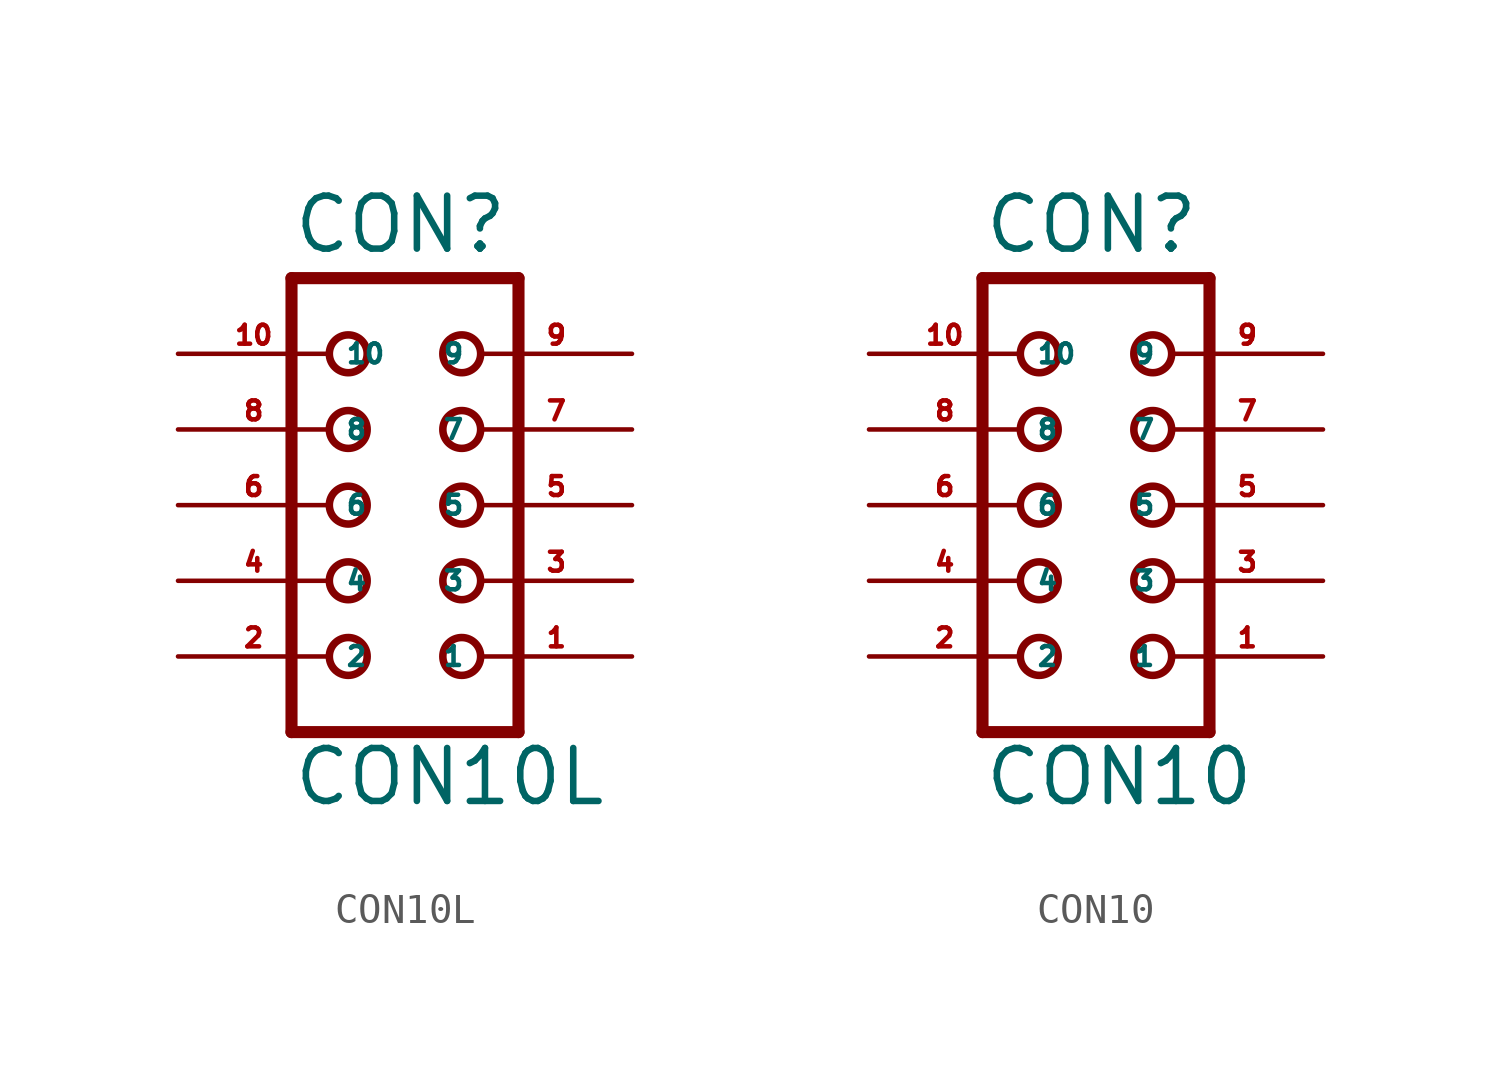
<source format=kicad_sym>
(kicad_symbol_lib
  (version 20220914)
  (generator Eagle2Kicad)
  (symbol "CON10L"
    (property "Reference" "CON"
      (at -3.81 8.382 0)
      (effects (font (size 1.778 1.778) (thickness 0.22)) (justify left bottom)))
    (property "Value" "CON10L"
      (at -3.81 -10.16 0)
      (effects (font (size 1.778 1.778) (thickness 0.22)) (justify left bottom)))
    (polyline
      (pts (xy 3.81 -7.62) (xy -3.81 -7.62))
      (stroke (width 0.406) (type default))
      (fill (type none)))
    (polyline
      (pts (xy -3.81 7.62) (xy -3.81 -7.62))
      (stroke (width 0.406) (type default))
      (fill (type none)))
    (polyline
      (pts (xy -3.81 7.62) (xy 3.81 7.62))
      (stroke (width 0.406) (type default))
      (fill (type none)))
    (polyline
      (pts (xy 3.81 -7.62) (xy 3.81 7.62))
      (stroke (width 0.406) (type default))
      (fill (type none)))
    (circle
      (center 1.905 -5.08)
      (radius 0.635)
      (stroke (width 0.254) (type default))
      (fill (type none)))
    (circle
      (center 1.905 -2.54)
      (radius 0.635)
      (stroke (width 0.254) (type default))
      (fill (type none)))
    (circle
      (center 1.905 0)
      (radius 0.635)
      (stroke (width 0.254) (type default))
      (fill (type none)))
    (circle
      (center 1.905 2.54)
      (radius 0.635)
      (stroke (width 0.254) (type default))
      (fill (type none)))
    (circle
      (center 1.905 5.08)
      (radius 0.635)
      (stroke (width 0.254) (type default))
      (fill (type none)))
    (circle
      (center -1.905 -5.08)
      (radius 0.635)
      (stroke (width 0.254) (type default))
      (fill (type none)))
    (circle
      (center -1.905 -2.54)
      (radius 0.635)
      (stroke (width 0.254) (type default))
      (fill (type none)))
    (circle
      (center -1.905 0)
      (radius 0.635)
      (stroke (width 0.254) (type default))
      (fill (type none)))
    (circle
      (center -1.905 2.54)
      (radius 0.635)
      (stroke (width 0.254) (type default))
      (fill (type none)))
    (circle
      (center -1.905 5.08)
      (radius 0.635)
      (stroke (width 0.254) (type default))
      (fill (type none)))
    (pin passive line
      (at 7.62 -5.08 180)
      (length 5.08)
      (name "1" (effects (font (size 0.635 0.635) (thickness 0.08)) (justify left bottom)))
      (number "1" (effects (font (size 0.635 0.635) (thickness 0.08)) (justify left bottom))))
    (pin passive line
      (at -7.62 -5.08 0)
      (length 5.08)
      (name "2" (effects (font (size 0.635 0.635) (thickness 0.08)) (justify left bottom)))
      (number "2" (effects (font (size 0.635 0.635) (thickness 0.08)) (justify left bottom))))
    (pin passive line
      (at 7.62 -2.54 180)
      (length 5.08)
      (name "3" (effects (font (size 0.635 0.635) (thickness 0.08)) (justify left bottom)))
      (number "3" (effects (font (size 0.635 0.635) (thickness 0.08)) (justify left bottom))))
    (pin passive line
      (at -7.62 -2.54 0)
      (length 5.08)
      (name "4" (effects (font (size 0.635 0.635) (thickness 0.08)) (justify left bottom)))
      (number "4" (effects (font (size 0.635 0.635) (thickness 0.08)) (justify left bottom))))
    (pin passive line
      (at 7.62 0 180)
      (length 5.08)
      (name "5" (effects (font (size 0.635 0.635) (thickness 0.08)) (justify left bottom)))
      (number "5" (effects (font (size 0.635 0.635) (thickness 0.08)) (justify left bottom))))
    (pin passive line
      (at -7.62 0 0)
      (length 5.08)
      (name "6" (effects (font (size 0.635 0.635) (thickness 0.08)) (justify left bottom)))
      (number "6" (effects (font (size 0.635 0.635) (thickness 0.08)) (justify left bottom))))
    (pin passive line
      (at 7.62 2.54 180)
      (length 5.08)
      (name "7" (effects (font (size 0.635 0.635) (thickness 0.08)) (justify left bottom)))
      (number "7" (effects (font (size 0.635 0.635) (thickness 0.08)) (justify left bottom))))
    (pin passive line
      (at -7.62 2.54 0)
      (length 5.08)
      (name "8" (effects (font (size 0.635 0.635) (thickness 0.08)) (justify left bottom)))
      (number "8" (effects (font (size 0.635 0.635) (thickness 0.08)) (justify left bottom))))
    (pin passive line
      (at 7.62 5.08 180)
      (length 5.08)
      (name "9" (effects (font (size 0.635 0.635) (thickness 0.08)) (justify left bottom)))
      (number "9" (effects (font (size 0.635 0.635) (thickness 0.08)) (justify left bottom))))
    (pin passive line
      (at -7.62 5.08 0)
      (length 5.08)
      (name "10" (effects (font (size 0.635 0.635) (thickness 0.08)) (justify left bottom)))
      (number "10" (effects (font (size 0.635 0.635) (thickness 0.08)) (justify left bottom)))))
  (symbol "CON10"
    (property "Reference" "CON"
      (at -3.81 8.382 0)
      (effects (font (size 1.778 1.778) (thickness 0.22)) (justify left bottom)))
    (property "Value" "CON10"
      (at -3.81 -10.16 0)
      (effects (font (size 1.778 1.778) (thickness 0.22)) (justify left bottom)))
    (polyline
      (pts (xy 3.81 -7.62) (xy -3.81 -7.62))
      (stroke (width 0.406) (type default))
      (fill (type none)))
    (polyline
      (pts (xy -3.81 7.62) (xy -3.81 -7.62))
      (stroke (width 0.406) (type default))
      (fill (type none)))
    (polyline
      (pts (xy -3.81 7.62) (xy 3.81 7.62))
      (stroke (width 0.406) (type default))
      (fill (type none)))
    (polyline
      (pts (xy 3.81 -7.62) (xy 3.81 7.62))
      (stroke (width 0.406) (type default))
      (fill (type none)))
    (circle
      (center 1.905 -5.08)
      (radius 0.635)
      (stroke (width 0.254) (type default))
      (fill (type none)))
    (circle
      (center 1.905 -2.54)
      (radius 0.635)
      (stroke (width 0.254) (type default))
      (fill (type none)))
    (circle
      (center 1.905 0)
      (radius 0.635)
      (stroke (width 0.254) (type default))
      (fill (type none)))
    (circle
      (center 1.905 2.54)
      (radius 0.635)
      (stroke (width 0.254) (type default))
      (fill (type none)))
    (circle
      (center 1.905 5.08)
      (radius 0.635)
      (stroke (width 0.254) (type default))
      (fill (type none)))
    (circle
      (center -1.905 -5.08)
      (radius 0.635)
      (stroke (width 0.254) (type default))
      (fill (type none)))
    (circle
      (center -1.905 -2.54)
      (radius 0.635)
      (stroke (width 0.254) (type default))
      (fill (type none)))
    (circle
      (center -1.905 0)
      (radius 0.635)
      (stroke (width 0.254) (type default))
      (fill (type none)))
    (circle
      (center -1.905 2.54)
      (radius 0.635)
      (stroke (width 0.254) (type default))
      (fill (type none)))
    (circle
      (center -1.905 5.08)
      (radius 0.635)
      (stroke (width 0.254) (type default))
      (fill (type none)))
    (pin passive line
      (at 7.62 -5.08 180)
      (length 5.08)
      (name "1" (effects (font (size 0.635 0.635) (thickness 0.08)) (justify left bottom)))
      (number "1" (effects (font (size 0.635 0.635) (thickness 0.08)) (justify left bottom))))
    (pin passive line
      (at -7.62 -5.08 0)
      (length 5.08)
      (name "2" (effects (font (size 0.635 0.635) (thickness 0.08)) (justify left bottom)))
      (number "2" (effects (font (size 0.635 0.635) (thickness 0.08)) (justify left bottom))))
    (pin passive line
      (at 7.62 -2.54 180)
      (length 5.08)
      (name "3" (effects (font (size 0.635 0.635) (thickness 0.08)) (justify left bottom)))
      (number "3" (effects (font (size 0.635 0.635) (thickness 0.08)) (justify left bottom))))
    (pin passive line
      (at -7.62 -2.54 0)
      (length 5.08)
      (name "4" (effects (font (size 0.635 0.635) (thickness 0.08)) (justify left bottom)))
      (number "4" (effects (font (size 0.635 0.635) (thickness 0.08)) (justify left bottom))))
    (pin passive line
      (at 7.62 0 180)
      (length 5.08)
      (name "5" (effects (font (size 0.635 0.635) (thickness 0.08)) (justify left bottom)))
      (number "5" (effects (font (size 0.635 0.635) (thickness 0.08)) (justify left bottom))))
    (pin passive line
      (at -7.62 0 0)
      (length 5.08)
      (name "6" (effects (font (size 0.635 0.635) (thickness 0.08)) (justify left bottom)))
      (number "6" (effects (font (size 0.635 0.635) (thickness 0.08)) (justify left bottom))))
    (pin passive line
      (at 7.62 2.54 180)
      (length 5.08)
      (name "7" (effects (font (size 0.635 0.635) (thickness 0.08)) (justify left bottom)))
      (number "7" (effects (font (size 0.635 0.635) (thickness 0.08)) (justify left bottom))))
    (pin passive line
      (at -7.62 2.54 0)
      (length 5.08)
      (name "8" (effects (font (size 0.635 0.635) (thickness 0.08)) (justify left bottom)))
      (number "8" (effects (font (size 0.635 0.635) (thickness 0.08)) (justify left bottom))))
    (pin passive line
      (at 7.62 5.08 180)
      (length 5.08)
      (name "9" (effects (font (size 0.635 0.635) (thickness 0.08)) (justify left bottom)))
      (number "9" (effects (font (size 0.635 0.635) (thickness 0.08)) (justify left bottom))))
    (pin passive line
      (at -7.62 5.08 0)
      (length 5.08)
      (name "10" (effects (font (size 0.635 0.635) (thickness 0.08)) (justify left bottom)))
      (number "10" (effects (font (size 0.635 0.635) (thickness 0.08)) (justify left bottom))))))
</source>
